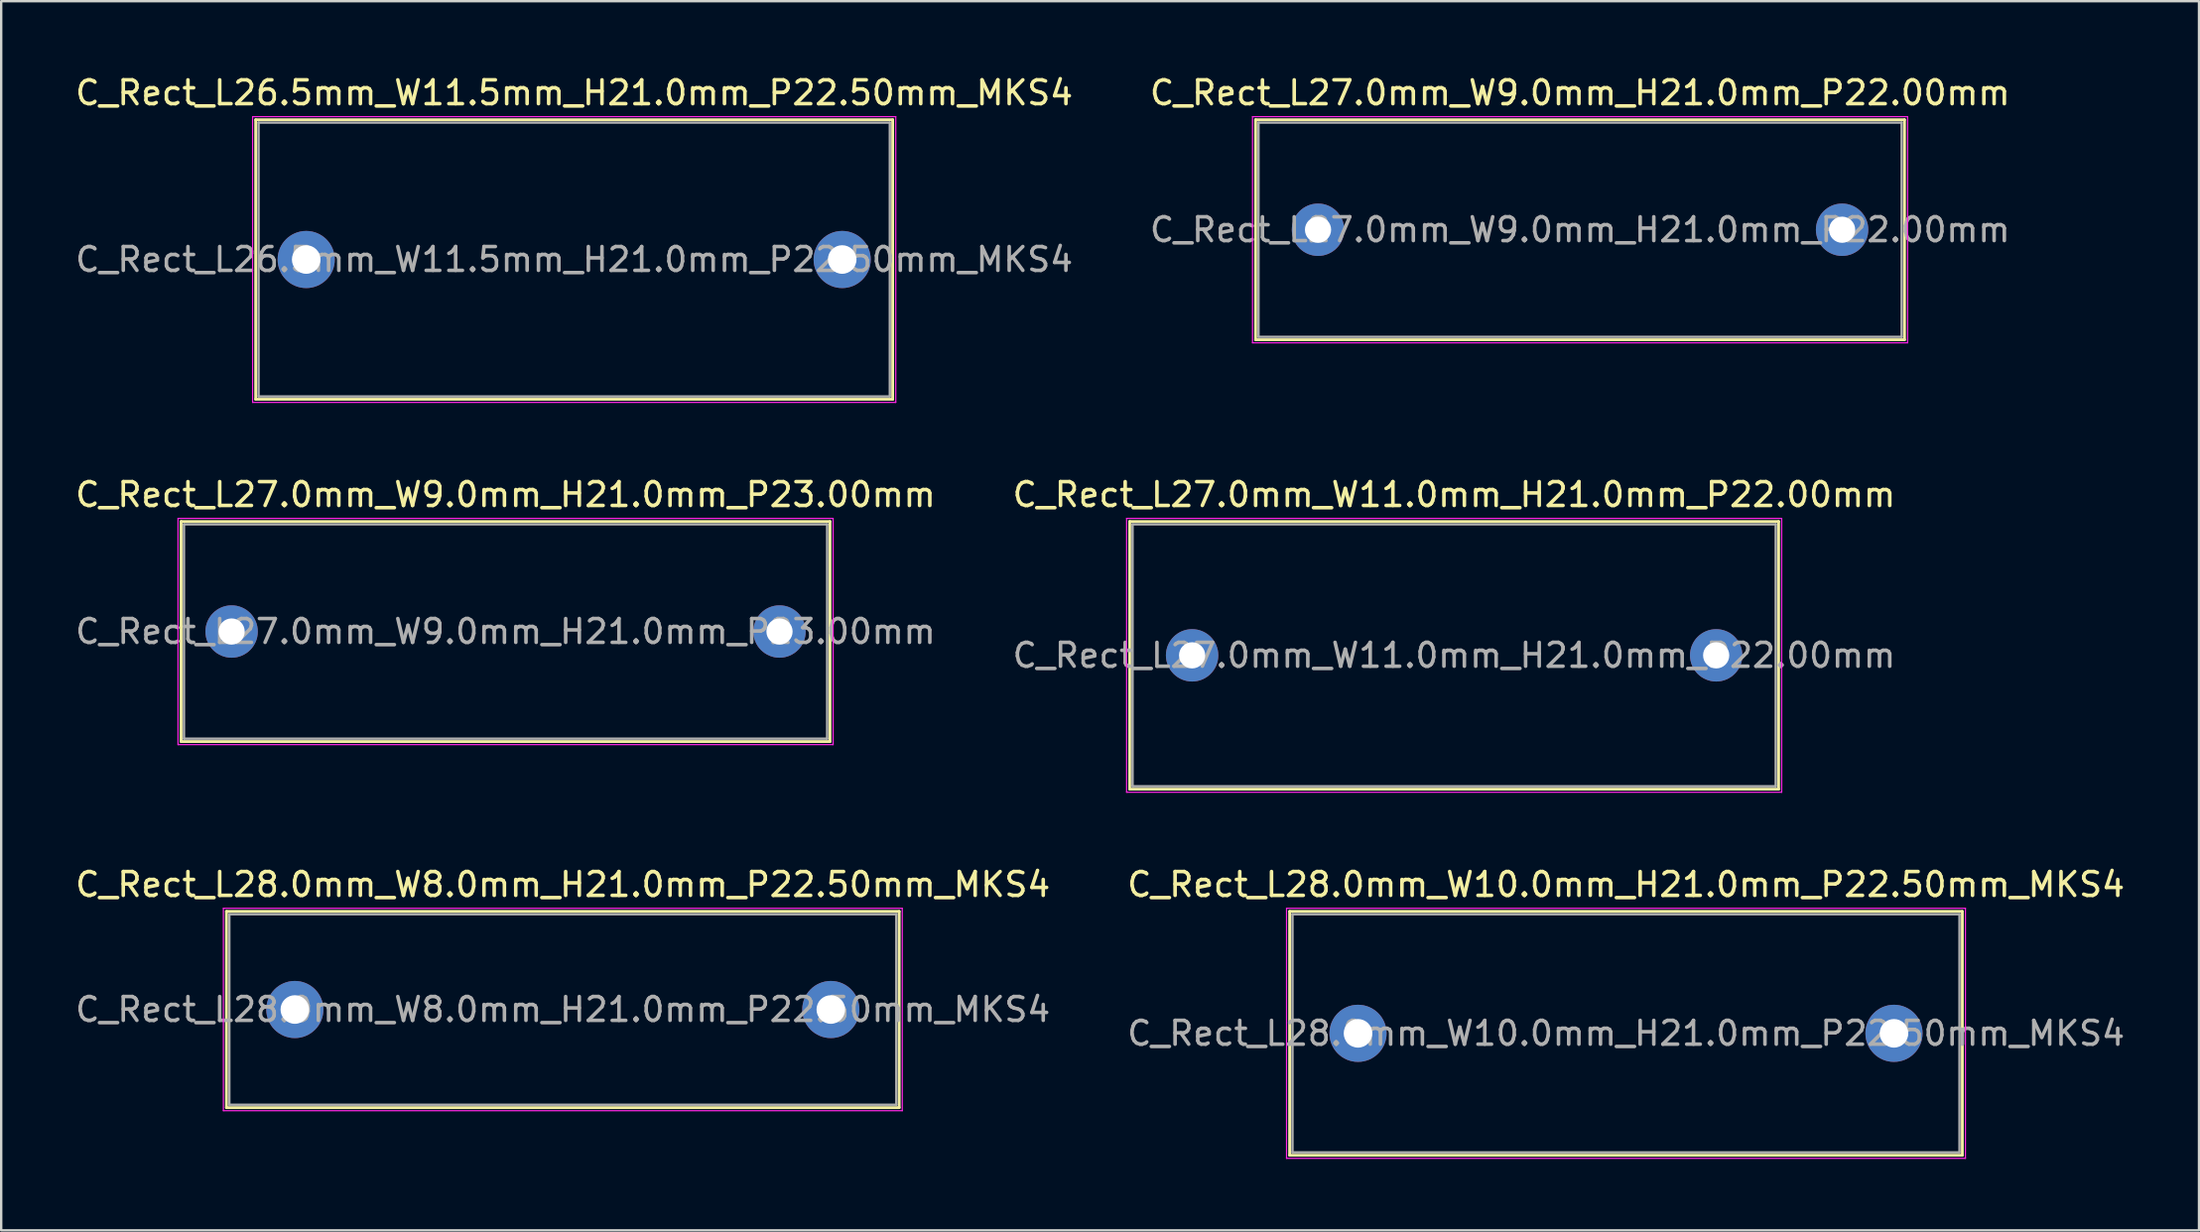
<source format=kicad_pcb>
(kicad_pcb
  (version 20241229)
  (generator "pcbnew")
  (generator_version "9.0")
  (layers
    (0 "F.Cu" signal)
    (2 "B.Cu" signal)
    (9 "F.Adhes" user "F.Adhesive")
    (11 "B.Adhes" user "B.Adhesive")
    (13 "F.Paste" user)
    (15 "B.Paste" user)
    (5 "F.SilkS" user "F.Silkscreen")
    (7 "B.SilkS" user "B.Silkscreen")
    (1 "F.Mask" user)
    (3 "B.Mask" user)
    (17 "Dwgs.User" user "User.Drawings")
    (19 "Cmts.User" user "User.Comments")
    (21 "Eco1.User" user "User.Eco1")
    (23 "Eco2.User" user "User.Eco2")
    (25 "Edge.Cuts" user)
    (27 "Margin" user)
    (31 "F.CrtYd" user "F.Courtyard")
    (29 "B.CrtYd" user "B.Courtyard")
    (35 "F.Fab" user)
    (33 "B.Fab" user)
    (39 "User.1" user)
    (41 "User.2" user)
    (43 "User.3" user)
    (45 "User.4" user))
  (footprint "C_Rect_L27.0mm_W11.0mm_H21.0mm_P22.00mm"
    (layer "F.Cu")
    (at 46.994 24.471)
    (property "Reference" "C_Rect_L27.0mm_W11.0mm_H21.0mm_P22.00mm" (at 11 -6.75 0) (layer "F.SilkS") (effects (font (size 1 1) (thickness 0.15))))
    (attr through_hole)
    (fp_line (start -2.62 -5.62) (end -2.62 5.62) (stroke (width 0.12) (type solid)) (layer "F.SilkS"))
    (fp_line (start -2.62 -5.62) (end 24.62 -5.62) (stroke (width 0.12) (type solid)) (layer "F.SilkS"))
    (fp_line (start -2.62 5.62) (end 24.62 5.62) (stroke (width 0.12) (type solid)) (layer "F.SilkS"))
    (fp_line (start 24.62 -5.62) (end 24.62 5.62) (stroke (width 0.12) (type solid)) (layer "F.SilkS"))
    (fp_line (start -2.75 -5.75) (end -2.75 5.75) (stroke (width 0.05) (type solid)) (layer "F.CrtYd"))
    (fp_line (start -2.75 5.75) (end 24.75 5.75) (stroke (width 0.05) (type solid)) (layer "F.CrtYd"))
    (fp_line (start 24.75 -5.75) (end -2.75 -5.75) (stroke (width 0.05) (type solid)) (layer "F.CrtYd"))
    (fp_line (start 24.75 5.75) (end 24.75 -5.75) (stroke (width 0.05) (type solid)) (layer "F.CrtYd"))
    (fp_line (start -2.5 -5.5) (end -2.5 5.5) (stroke (width 0.1) (type solid)) (layer "F.Fab"))
    (fp_line (start -2.5 5.5) (end 24.5 5.5) (stroke (width 0.1) (type solid)) (layer "F.Fab"))
    (fp_line (start 24.5 -5.5) (end -2.5 -5.5) (stroke (width 0.1) (type solid)) (layer "F.Fab"))
    (fp_line (start 24.5 5.5) (end 24.5 -5.5) (stroke (width 0.1) (type solid)) (layer "F.Fab"))
    (fp_text user "${REFERENCE}" (at 11 0 0) (layer "F.Fab") (effects (font (size 1 1) (thickness 0.15))))
    (pad "1" thru_hole circle (at 0 0) (size 2.2 2.2) (drill 1.1) (layers "*.Cu" "*.Mask"))
    (pad "2" thru_hole circle (at 22 0) (size 2.2 2.2) (drill 1.1) (layers "*.Cu" "*.Mask")))
  (footprint "C_Rect_L27.0mm_W9.0mm_H21.0mm_P22.00mm"
    (layer "F.Cu")
    (at 52.28 6.598)
    (property "Reference" "C_Rect_L27.0mm_W9.0mm_H21.0mm_P22.00mm" (at 11 -5.75 0) (layer "F.SilkS") (effects (font (size 1 1) (thickness 0.15))))
    (attr through_hole)
    (fp_line (start -2.62 -4.62) (end -2.62 4.62) (stroke (width 0.12) (type solid)) (layer "F.SilkS"))
    (fp_line (start -2.62 -4.62) (end 24.62 -4.62) (stroke (width 0.12) (type solid)) (layer "F.SilkS"))
    (fp_line (start -2.62 4.62) (end 24.62 4.62) (stroke (width 0.12) (type solid)) (layer "F.SilkS"))
    (fp_line (start 24.62 -4.62) (end 24.62 4.62) (stroke (width 0.12) (type solid)) (layer "F.SilkS"))
    (fp_line (start -2.75 -4.75) (end -2.75 4.75) (stroke (width 0.05) (type solid)) (layer "F.CrtYd"))
    (fp_line (start -2.75 4.75) (end 24.75 4.75) (stroke (width 0.05) (type solid)) (layer "F.CrtYd"))
    (fp_line (start 24.75 -4.75) (end -2.75 -4.75) (stroke (width 0.05) (type solid)) (layer "F.CrtYd"))
    (fp_line (start 24.75 4.75) (end 24.75 -4.75) (stroke (width 0.05) (type solid)) (layer "F.CrtYd"))
    (fp_line (start -2.5 -4.5) (end -2.5 4.5) (stroke (width 0.1) (type solid)) (layer "F.Fab"))
    (fp_line (start -2.5 4.5) (end 24.5 4.5) (stroke (width 0.1) (type solid)) (layer "F.Fab"))
    (fp_line (start 24.5 -4.5) (end -2.5 -4.5) (stroke (width 0.1) (type solid)) (layer "F.Fab"))
    (fp_line (start 24.5 4.5) (end 24.5 -4.5) (stroke (width 0.1) (type solid)) (layer "F.Fab"))
    (fp_text user "${REFERENCE}" (at 11 0 0) (layer "F.Fab") (effects (font (size 1 1) (thickness 0.15))))
    (pad "1" thru_hole circle (at 0 0) (size 2.2 2.2) (drill 1.1) (layers "*.Cu" "*.Mask"))
    (pad "2" thru_hole circle (at 22 0) (size 2.2 2.2) (drill 1.1) (layers "*.Cu" "*.Mask")))
  (footprint "C_Rect_L28.0mm_W10.0mm_H21.0mm_P22.50mm_MKS4"
    (layer "F.Cu")
    (at 53.958 40.345)
    (property "Reference" "C_Rect_L28.0mm_W10.0mm_H21.0mm_P22.50mm_MKS4" (at 11.25 -6.25 0) (layer "F.SilkS") (effects (font (size 1 1) (thickness 0.15))))
    (attr through_hole)
    (fp_line (start -2.87 -5.12) (end -2.87 5.12) (stroke (width 0.12) (type solid)) (layer "F.SilkS"))
    (fp_line (start -2.87 -5.12) (end 25.37 -5.12) (stroke (width 0.12) (type solid)) (layer "F.SilkS"))
    (fp_line (start -2.87 5.12) (end 25.37 5.12) (stroke (width 0.12) (type solid)) (layer "F.SilkS"))
    (fp_line (start 25.37 -5.12) (end 25.37 5.12) (stroke (width 0.12) (type solid)) (layer "F.SilkS"))
    (fp_line (start -3 -5.25) (end -3 5.25) (stroke (width 0.05) (type solid)) (layer "F.CrtYd"))
    (fp_line (start -3 5.25) (end 25.5 5.25) (stroke (width 0.05) (type solid)) (layer "F.CrtYd"))
    (fp_line (start 25.5 -5.25) (end -3 -5.25) (stroke (width 0.05) (type solid)) (layer "F.CrtYd"))
    (fp_line (start 25.5 5.25) (end 25.5 -5.25) (stroke (width 0.05) (type solid)) (layer "F.CrtYd"))
    (fp_line (start -2.75 -5) (end -2.75 5) (stroke (width 0.1) (type solid)) (layer "F.Fab"))
    (fp_line (start -2.75 5) (end 25.25 5) (stroke (width 0.1) (type solid)) (layer "F.Fab"))
    (fp_line (start 25.25 -5) (end -2.75 -5) (stroke (width 0.1) (type solid)) (layer "F.Fab"))
    (fp_line (start 25.25 5) (end 25.25 -5) (stroke (width 0.1) (type solid)) (layer "F.Fab"))
    (fp_text user "${REFERENCE}" (at 11.25 0 0) (layer "F.Fab") (effects (font (size 1 1) (thickness 0.15))))
    (pad "1" thru_hole circle (at 0 0) (size 2.4 2.4) (drill 1.2) (layers "*.Cu" "*.Mask"))
    (pad "2" thru_hole circle (at 22.5 0) (size 2.4 2.4) (drill 1.2) (layers "*.Cu" "*.Mask")))
  (footprint "C_Rect_L28.0mm_W8.0mm_H21.0mm_P22.50mm_MKS4"
    (layer "F.Cu")
    (at 9.327 39.345)
    (property "Reference" "C_Rect_L28.0mm_W8.0mm_H21.0mm_P22.50mm_MKS4" (at 11.25 -5.25 0) (layer "F.SilkS") (effects (font (size 1 1) (thickness 0.15))))
    (attr through_hole)
    (fp_line (start -2.87 -4.12) (end -2.87 4.12) (stroke (width 0.12) (type solid)) (layer "F.SilkS"))
    (fp_line (start -2.87 -4.12) (end 25.37 -4.12) (stroke (width 0.12) (type solid)) (layer "F.SilkS"))
    (fp_line (start -2.87 4.12) (end 25.37 4.12) (stroke (width 0.12) (type solid)) (layer "F.SilkS"))
    (fp_line (start 25.37 -4.12) (end 25.37 4.12) (stroke (width 0.12) (type solid)) (layer "F.SilkS"))
    (fp_line (start -3 -4.25) (end -3 4.25) (stroke (width 0.05) (type solid)) (layer "F.CrtYd"))
    (fp_line (start -3 4.25) (end 25.5 4.25) (stroke (width 0.05) (type solid)) (layer "F.CrtYd"))
    (fp_line (start 25.5 -4.25) (end -3 -4.25) (stroke (width 0.05) (type solid)) (layer "F.CrtYd"))
    (fp_line (start 25.5 4.25) (end 25.5 -4.25) (stroke (width 0.05) (type solid)) (layer "F.CrtYd"))
    (fp_line (start -2.75 -4) (end -2.75 4) (stroke (width 0.1) (type solid)) (layer "F.Fab"))
    (fp_line (start -2.75 4) (end 25.25 4) (stroke (width 0.1) (type solid)) (layer "F.Fab"))
    (fp_line (start 25.25 -4) (end -2.75 -4) (stroke (width 0.1) (type solid)) (layer "F.Fab"))
    (fp_line (start 25.25 4) (end 25.25 -4) (stroke (width 0.1) (type solid)) (layer "F.Fab"))
    (fp_text user "${REFERENCE}" (at 11.25 0 0) (layer "F.Fab") (effects (font (size 1 1) (thickness 0.15))))
    (pad "1" thru_hole circle (at 0 0) (size 2.4 2.4) (drill 1.2) (layers "*.Cu" "*.Mask"))
    (pad "2" thru_hole circle (at 22.5 0) (size 2.4 2.4) (drill 1.2) (layers "*.Cu" "*.Mask")))
  (footprint "C_Rect_L27.0mm_W9.0mm_H21.0mm_P23.00mm"
    (layer "F.Cu")
    (at 6.673 23.471)
    (property "Reference" "C_Rect_L27.0mm_W9.0mm_H21.0mm_P23.00mm" (at 11.5 -5.75 0) (layer "F.SilkS") (effects (font (size 1 1) (thickness 0.15))))
    (attr through_hole)
    (fp_line (start -2.12 -4.62) (end -2.12 4.62) (stroke (width 0.12) (type solid)) (layer "F.SilkS"))
    (fp_line (start -2.12 -4.62) (end 25.12 -4.62) (stroke (width 0.12) (type solid)) (layer "F.SilkS"))
    (fp_line (start -2.12 4.62) (end 25.12 4.62) (stroke (width 0.12) (type solid)) (layer "F.SilkS"))
    (fp_line (start 25.12 -4.62) (end 25.12 4.62) (stroke (width 0.12) (type solid)) (layer "F.SilkS"))
    (fp_line (start -2.25 -4.75) (end -2.25 4.75) (stroke (width 0.05) (type solid)) (layer "F.CrtYd"))
    (fp_line (start -2.25 4.75) (end 25.25 4.75) (stroke (width 0.05) (type solid)) (layer "F.CrtYd"))
    (fp_line (start 25.25 -4.75) (end -2.25 -4.75) (stroke (width 0.05) (type solid)) (layer "F.CrtYd"))
    (fp_line (start 25.25 4.75) (end 25.25 -4.75) (stroke (width 0.05) (type solid)) (layer "F.CrtYd"))
    (fp_line (start -2 -4.5) (end -2 4.5) (stroke (width 0.1) (type solid)) (layer "F.Fab"))
    (fp_line (start -2 4.5) (end 25 4.5) (stroke (width 0.1) (type solid)) (layer "F.Fab"))
    (fp_line (start 25 -4.5) (end -2 -4.5) (stroke (width 0.1) (type solid)) (layer "F.Fab"))
    (fp_line (start 25 4.5) (end 25 -4.5) (stroke (width 0.1) (type solid)) (layer "F.Fab"))
    (fp_text user "${REFERENCE}" (at 11.5 0 0) (layer "F.Fab") (effects (font (size 1 1) (thickness 0.15))))
    (pad "1" thru_hole circle (at 0 0) (size 2.2 2.2) (drill 1.1) (layers "*.Cu" "*.Mask"))
    (pad "2" thru_hole circle (at 23 0) (size 2.2 2.2) (drill 1.1) (layers "*.Cu" "*.Mask")))
  (footprint "C_Rect_L26.5mm_W11.5mm_H21.0mm_P22.50mm_MKS4"
    (layer "F.Cu")
    (at 9.804 7.848)
    (property "Reference" "C_Rect_L26.5mm_W11.5mm_H21.0mm_P22.50mm_MKS4" (at 11.25 -7 0) (layer "F.SilkS") (effects (font (size 1 1) (thickness 0.15))))
    (attr through_hole)
    (fp_line (start -2.12 -5.87) (end -2.12 5.87) (stroke (width 0.12) (type solid)) (layer "F.SilkS"))
    (fp_line (start -2.12 -5.87) (end 24.62 -5.87) (stroke (width 0.12) (type solid)) (layer "F.SilkS"))
    (fp_line (start -2.12 5.87) (end 24.62 5.87) (stroke (width 0.12) (type solid)) (layer "F.SilkS"))
    (fp_line (start 24.62 -5.87) (end 24.62 5.87) (stroke (width 0.12) (type solid)) (layer "F.SilkS"))
    (fp_line (start -2.25 -6) (end -2.25 6) (stroke (width 0.05) (type solid)) (layer "F.CrtYd"))
    (fp_line (start -2.25 6) (end 24.75 6) (stroke (width 0.05) (type solid)) (layer "F.CrtYd"))
    (fp_line (start 24.75 -6) (end -2.25 -6) (stroke (width 0.05) (type solid)) (layer "F.CrtYd"))
    (fp_line (start 24.75 6) (end 24.75 -6) (stroke (width 0.05) (type solid)) (layer "F.CrtYd"))
    (fp_line (start -2 -5.75) (end -2 5.75) (stroke (width 0.1) (type solid)) (layer "F.Fab"))
    (fp_line (start -2 5.75) (end 24.5 5.75) (stroke (width 0.1) (type solid)) (layer "F.Fab"))
    (fp_line (start 24.5 -5.75) (end -2 -5.75) (stroke (width 0.1) (type solid)) (layer "F.Fab"))
    (fp_line (start 24.5 5.75) (end 24.5 -5.75) (stroke (width 0.1) (type solid)) (layer "F.Fab"))
    (fp_text user "${REFERENCE}" (at 11.25 0 0) (layer "F.Fab") (effects (font (size 1 1) (thickness 0.15))))
    (pad "1" thru_hole circle (at 0 0) (size 2.4 2.4) (drill 1.2) (layers "*.Cu" "*.Mask"))
    (pad "2" thru_hole circle (at 22.5 0) (size 2.4 2.4) (drill 1.2) (layers "*.Cu" "*.Mask")))
  (gr_rect
    (start -3 -3)
    (end 89.262 48.62)
    (stroke (width 0.1) (type default))
    (fill no)
    (layer "Edge.Cuts")))
</source>
